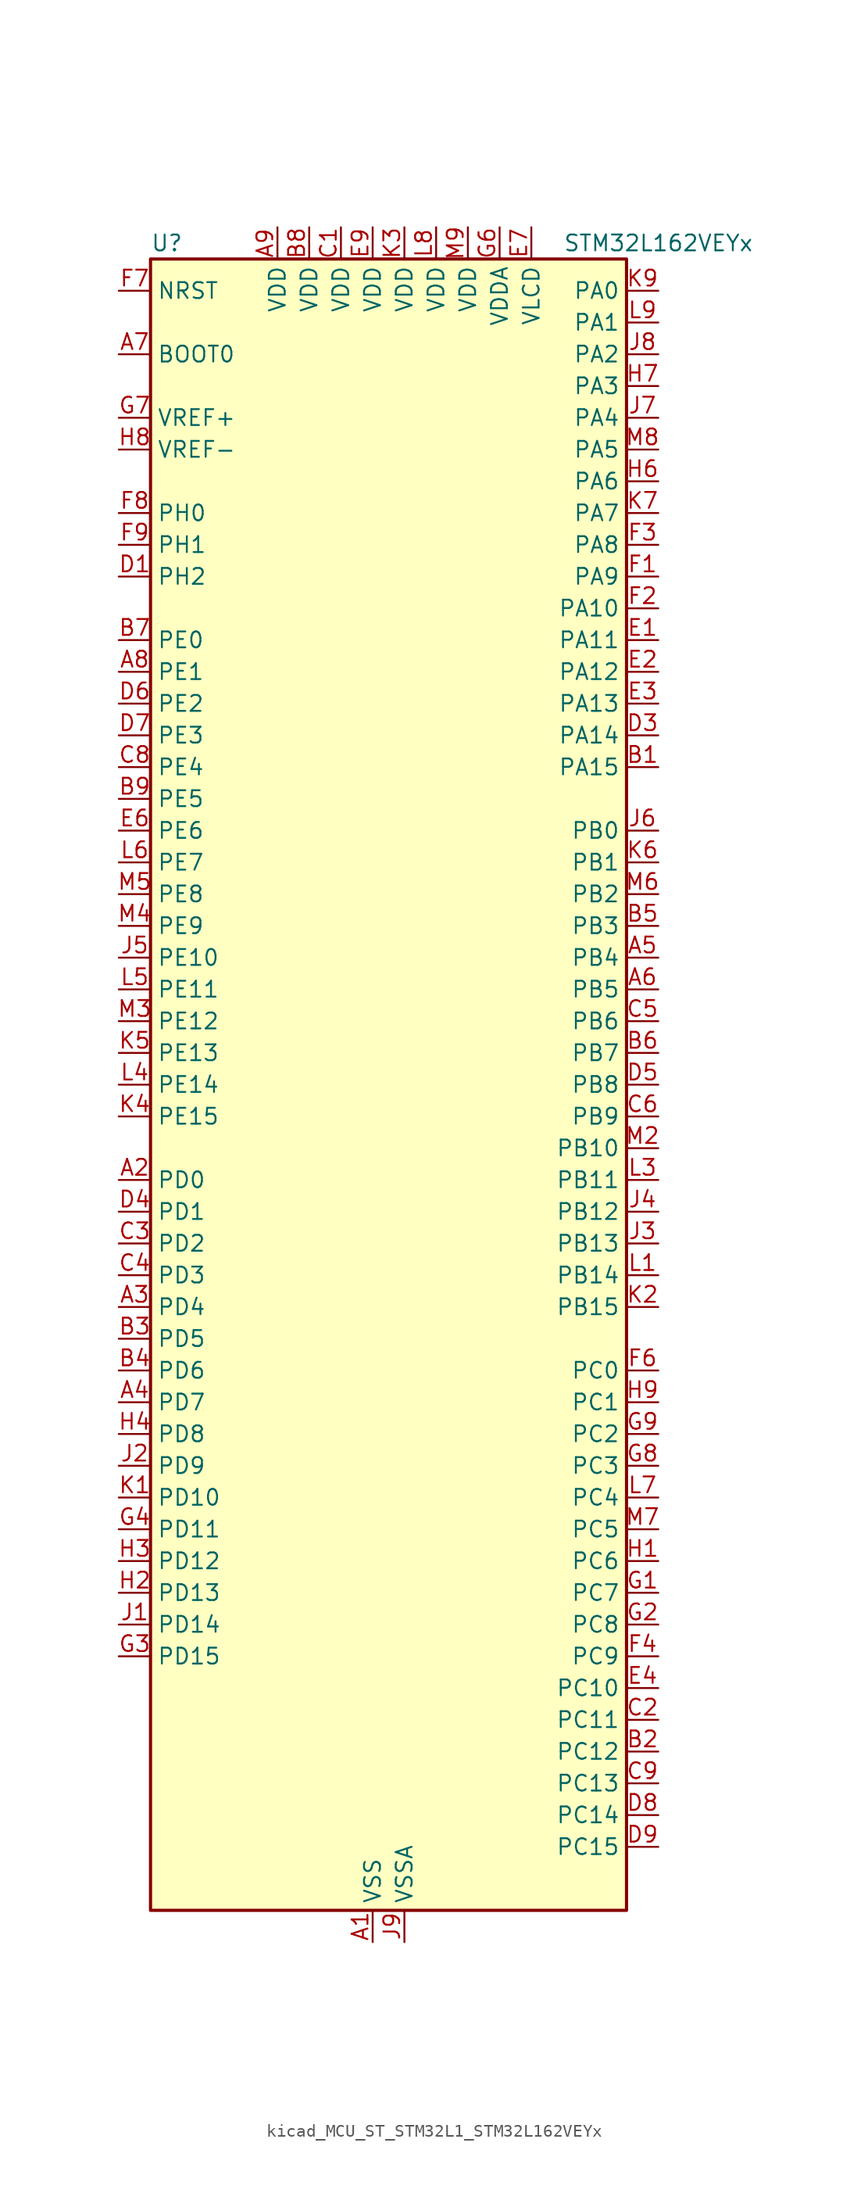
<source format=kicad_sym>
(kicad_symbol_lib
  (version 20220914)
  (generator kicad_symbol_editor)
  (symbol "kicad_MCU_ST_STM32L1_STM32L162VEYx"
    (property "Reference" "U"
      (at -17.78 67.31 0)
      (effects (font (size 1.27 1.27)) (justify left)))
    (property "Value" "STM32L162VEYx"
      (at 15.24 67.31 0)
      (effects (font (size 1.27 1.27)) (justify left)))
    (property "ki_locked" ""
      (at 0 0 0)
      (effects (font (size 1.27 1.27))))
    (symbol "kicad_MCU_ST_STM32L1_STM32L162VEYx_0_1"
      (rectangle (start -17.78 -66.04) (end 20.32 66.04) (stroke (width 0.254) (type default)) (fill (type background))))
    (symbol "kicad_MCU_ST_STM32L1_STM32L162VEYx_1_1"
      (pin power_in line (at 0 -68.58 90) (length 2.54) (name "VSS" (effects (font (size 1.27 1.27)))) (number "A1" (effects (font (size 1.27 1.27)))))
      (pin bidirectional line (at -20.32 -7.62 0) (length 2.54) (name "PD0" (effects (font (size 1.27 1.27)))) (number "A2" (effects (font (size 1.27 1.27)))) (alternate "I2S2_WS" bidirectional line) (alternate "SPI2_NSS" bidirectional line) (alternate "TIM9_CH1" bidirectional line) (alternate "TIMX_IC1" bidirectional line))
      (pin bidirectional line (at -20.32 -17.78 0) (length 2.54) (name "PD4" (effects (font (size 1.27 1.27)))) (number "A3" (effects (font (size 1.27 1.27)))) (alternate "I2S2_SD" bidirectional line) (alternate "SPI2_MOSI" bidirectional line) (alternate "TIMX_IC1" bidirectional line) (alternate "USART2_RTS" bidirectional line))
      (pin bidirectional line (at -20.32 -25.4 0) (length 2.54) (name "PD7" (effects (font (size 1.27 1.27)))) (number "A4" (effects (font (size 1.27 1.27)))) (alternate "TIM9_CH2" bidirectional line) (alternate "TIMX_IC4" bidirectional line) (alternate "USART2_CK" bidirectional line))
      (pin bidirectional line (at 22.86 10.16 180) (length 2.54) (name "PB4" (effects (font (size 1.27 1.27)))) (number "A5" (effects (font (size 1.27 1.27)))) (alternate "COMP2_INP" bidirectional line) (alternate "LCD_SEG8" bidirectional line) (alternate "SPI1_MISO" bidirectional line) (alternate "SPI3_MISO" bidirectional line) (alternate "SYS_JTRST" bidirectional line) (alternate "TIM3_CH1" bidirectional line) (alternate "TS_G6_IO1" bidirectional line))
      (pin bidirectional line (at 22.86 7.62 180) (length 2.54) (name "PB5" (effects (font (size 1.27 1.27)))) (number "A6" (effects (font (size 1.27 1.27)))) (alternate "COMP2_INP" bidirectional line) (alternate "I2C1_SMBA" bidirectional line) (alternate "I2S3_SD" bidirectional line) (alternate "LCD_SEG9" bidirectional line) (alternate "SPI1_MOSI" bidirectional line) (alternate "SPI3_MOSI" bidirectional line) (alternate "TIM3_CH2" bidirectional line) (alternate "TS_G6_IO2" bidirectional line))
      (pin input line (at -20.32 58.42 0) (length 2.54) (name "BOOT0" (effects (font (size 1.27 1.27)))) (number "A7" (effects (font (size 1.27 1.27)))))
      (pin bidirectional line (at -20.32 33.02 0) (length 2.54) (name "PE1" (effects (font (size 1.27 1.27)))) (number "A8" (effects (font (size 1.27 1.27)))) (alternate "LCD_SEG37" bidirectional line) (alternate "TIM11_CH1" bidirectional line) (alternate "TIMX_IC2" bidirectional line))
      (pin power_in line (at -7.62 68.58 270) (length 2.54) (name "VDD" (effects (font (size 1.27 1.27)))) (number "A9" (effects (font (size 1.27 1.27)))))
      (pin bidirectional line (at 22.86 25.4 180) (length 2.54) (name "PA15" (effects (font (size 1.27 1.27)))) (number "B1" (effects (font (size 1.27 1.27)))) (alternate "ADC_EXTI15" bidirectional line) (alternate "I2S3_WS" bidirectional line) (alternate "LCD_SEG17" bidirectional line) (alternate "SPI1_NSS" bidirectional line) (alternate "SPI3_NSS" bidirectional line) (alternate "SYS_JTDI" bidirectional line) (alternate "TIM2_CH1" bidirectional line) (alternate "TIM2_ETR" bidirectional line) (alternate "TIMX_IC4" bidirectional line) (alternate "TS_G5_IO3" bidirectional line))
      (pin bidirectional line (at 22.86 -53.34 180) (length 2.54) (name "PC12" (effects (font (size 1.27 1.27)))) (number "B2" (effects (font (size 1.27 1.27)))) (alternate "I2S3_SD" bidirectional line) (alternate "LCD_COM6" bidirectional line) (alternate "LCD_SEG30" bidirectional line) (alternate "LCD_SEG42" bidirectional line) (alternate "SPI3_MOSI" bidirectional line) (alternate "TIMX_IC1" bidirectional line) (alternate "UART5_TX" bidirectional line) (alternate "USART3_CK" bidirectional line))
      (pin bidirectional line (at -20.32 -20.32 0) (length 2.54) (name "PD5" (effects (font (size 1.27 1.27)))) (number "B3" (effects (font (size 1.27 1.27)))) (alternate "TIMX_IC2" bidirectional line) (alternate "USART2_TX" bidirectional line))
      (pin bidirectional line (at -20.32 -22.86 0) (length 2.54) (name "PD6" (effects (font (size 1.27 1.27)))) (number "B4" (effects (font (size 1.27 1.27)))) (alternate "TIMX_IC3" bidirectional line) (alternate "USART2_RX" bidirectional line))
      (pin bidirectional line (at 22.86 12.7 180) (length 2.54) (name "PB3" (effects (font (size 1.27 1.27)))) (number "B5" (effects (font (size 1.27 1.27)))) (alternate "COMP2_INM" bidirectional line) (alternate "I2S3_CK" bidirectional line) (alternate "LCD_SEG7" bidirectional line) (alternate "SPI1_SCK" bidirectional line) (alternate "SPI3_SCK" bidirectional line) (alternate "SYS_JTDO-TRACESWO" bidirectional line) (alternate "TIM2_CH2" bidirectional line))
      (pin bidirectional line (at 22.86 2.54 180) (length 2.54) (name "PB7" (effects (font (size 1.27 1.27)))) (number "B6" (effects (font (size 1.27 1.27)))) (alternate "COMP2_INP" bidirectional line) (alternate "I2C1_SDA" bidirectional line) (alternate "SYS_PVD_IN" bidirectional line) (alternate "TIM4_CH2" bidirectional line) (alternate "TS_G6_IO4" bidirectional line) (alternate "USART1_RX" bidirectional line))
      (pin bidirectional line (at -20.32 35.56 0) (length 2.54) (name "PE0" (effects (font (size 1.27 1.27)))) (number "B7" (effects (font (size 1.27 1.27)))) (alternate "LCD_SEG36" bidirectional line) (alternate "TIM10_CH1" bidirectional line) (alternate "TIM4_ETR" bidirectional line) (alternate "TIMX_IC1" bidirectional line))
      (pin power_in line (at -5.08 68.58 270) (length 2.54) (name "VDD" (effects (font (size 1.27 1.27)))) (number "B8" (effects (font (size 1.27 1.27)))))
      (pin bidirectional line (at -20.32 22.86 0) (length 2.54) (name "PE5" (effects (font (size 1.27 1.27)))) (number "B9" (effects (font (size 1.27 1.27)))) (alternate "SYS_TRACED2" bidirectional line) (alternate "TIM9_CH1" bidirectional line) (alternate "TIMX_IC2" bidirectional line))
      (pin power_in line (at -2.54 68.58 270) (length 2.54) (name "VDD" (effects (font (size 1.27 1.27)))) (number "C1" (effects (font (size 1.27 1.27)))))
      (pin bidirectional line (at 22.86 -50.8 180) (length 2.54) (name "PC11" (effects (font (size 1.27 1.27)))) (number "C2" (effects (font (size 1.27 1.27)))) (alternate "ADC_EXTI11" bidirectional line) (alternate "LCD_COM5" bidirectional line) (alternate "LCD_SEG29" bidirectional line) (alternate "LCD_SEG41" bidirectional line) (alternate "SPI3_MISO" bidirectional line) (alternate "TIMX_IC4" bidirectional line) (alternate "UART4_RX" bidirectional line) (alternate "USART3_RX" bidirectional line))
      (pin bidirectional line (at -20.32 -12.7 0) (length 2.54) (name "PD2" (effects (font (size 1.27 1.27)))) (number "C3" (effects (font (size 1.27 1.27)))) (alternate "LCD_COM7" bidirectional line) (alternate "LCD_SEG31" bidirectional line) (alternate "LCD_SEG43" bidirectional line) (alternate "TIM3_ETR" bidirectional line) (alternate "TIMX_IC3" bidirectional line) (alternate "UART5_RX" bidirectional line))
      (pin bidirectional line (at -20.32 -15.24 0) (length 2.54) (name "PD3" (effects (font (size 1.27 1.27)))) (number "C4" (effects (font (size 1.27 1.27)))) (alternate "SPI2_MISO" bidirectional line) (alternate "TIMX_IC4" bidirectional line) (alternate "USART2_CTS" bidirectional line))
      (pin bidirectional line (at 22.86 5.08 180) (length 2.54) (name "PB6" (effects (font (size 1.27 1.27)))) (number "C5" (effects (font (size 1.27 1.27)))) (alternate "COMP2_INP" bidirectional line) (alternate "I2C1_SCL" bidirectional line) (alternate "TIM4_CH1" bidirectional line) (alternate "TS_G6_IO3" bidirectional line) (alternate "USART1_TX" bidirectional line))
      (pin bidirectional line (at 22.86 -2.54 180) (length 2.54) (name "PB9" (effects (font (size 1.27 1.27)))) (number "C6" (effects (font (size 1.27 1.27)))) (alternate "DAC_EXTI9" bidirectional line) (alternate "I2C1_SDA" bidirectional line) (alternate "LCD_COM3" bidirectional line) (alternate "TIM11_CH1" bidirectional line) (alternate "TIM4_CH4" bidirectional line))
      (pin passive line (at 0 -68.58 90) (length 2.54) hide (name "VSS" (effects (font (size 1.27 1.27)))) (number "C7" (effects (font (size 1.27 1.27)))))
      (pin bidirectional line (at -20.32 25.4 0) (length 2.54) (name "PE4" (effects (font (size 1.27 1.27)))) (number "C8" (effects (font (size 1.27 1.27)))) (alternate "SYS_TRACED1" bidirectional line) (alternate "TIM3_CH2" bidirectional line) (alternate "TIMX_IC1" bidirectional line))
      (pin bidirectional line (at 22.86 -55.88 180) (length 2.54) (name "PC13" (effects (font (size 1.27 1.27)))) (number "C9" (effects (font (size 1.27 1.27)))) (alternate "RTC_OUT_ALARM" bidirectional line) (alternate "RTC_OUT_CALIB" bidirectional line) (alternate "RTC_TAMP1" bidirectional line) (alternate "RTC_TS" bidirectional line) (alternate "SYS_WKUP2" bidirectional line) (alternate "TIMX_IC2" bidirectional line))
      (pin bidirectional line (at -20.32 40.64 0) (length 2.54) (name "PH2" (effects (font (size 1.27 1.27)))) (number "D1" (effects (font (size 1.27 1.27)))))
      (pin passive line (at 0 -68.58 90) (length 2.54) hide (name "VSS" (effects (font (size 1.27 1.27)))) (number "D2" (effects (font (size 1.27 1.27)))))
      (pin bidirectional line (at 22.86 27.94 180) (length 2.54) (name "PA14" (effects (font (size 1.27 1.27)))) (number "D3" (effects (font (size 1.27 1.27)))) (alternate "SYS_JTCK-SWCLK" bidirectional line) (alternate "TIMX_IC3" bidirectional line) (alternate "TS_G5_IO2" bidirectional line))
      (pin bidirectional line (at -20.32 -10.16 0) (length 2.54) (name "PD1" (effects (font (size 1.27 1.27)))) (number "D4" (effects (font (size 1.27 1.27)))) (alternate "I2S2_CK" bidirectional line) (alternate "SPI2_SCK" bidirectional line) (alternate "TIMX_IC2" bidirectional line))
      (pin bidirectional line (at 22.86 0 180) (length 2.54) (name "PB8" (effects (font (size 1.27 1.27)))) (number "D5" (effects (font (size 1.27 1.27)))) (alternate "I2C1_SCL" bidirectional line) (alternate "LCD_SEG16" bidirectional line) (alternate "TIM10_CH1" bidirectional line) (alternate "TIM4_CH3" bidirectional line))
      (pin bidirectional line (at -20.32 30.48 0) (length 2.54) (name "PE2" (effects (font (size 1.27 1.27)))) (number "D6" (effects (font (size 1.27 1.27)))) (alternate "LCD_SEG38" bidirectional line) (alternate "SYS_TRACECK" bidirectional line) (alternate "TIM3_ETR" bidirectional line) (alternate "TIMX_IC3" bidirectional line))
      (pin bidirectional line (at -20.32 27.94 0) (length 2.54) (name "PE3" (effects (font (size 1.27 1.27)))) (number "D7" (effects (font (size 1.27 1.27)))) (alternate "LCD_SEG39" bidirectional line) (alternate "SYS_TRACED0" bidirectional line) (alternate "TIM3_CH1" bidirectional line) (alternate "TIMX_IC4" bidirectional line))
      (pin bidirectional line (at 22.86 -58.42 180) (length 2.54) (name "PC14" (effects (font (size 1.27 1.27)))) (number "D8" (effects (font (size 1.27 1.27)))) (alternate "RCC_OSC32_IN" bidirectional line) (alternate "TIMX_IC3" bidirectional line))
      (pin bidirectional line (at 22.86 -60.96 180) (length 2.54) (name "PC15" (effects (font (size 1.27 1.27)))) (number "D9" (effects (font (size 1.27 1.27)))) (alternate "ADC_EXTI15" bidirectional line) (alternate "RCC_OSC32_OUT" bidirectional line) (alternate "TIMX_IC4" bidirectional line))
      (pin bidirectional line (at 22.86 35.56 180) (length 2.54) (name "PA11" (effects (font (size 1.27 1.27)))) (number "E1" (effects (font (size 1.27 1.27)))) (alternate "ADC_EXTI11" bidirectional line) (alternate "SPI1_MISO" bidirectional line) (alternate "TIMX_IC4" bidirectional line) (alternate "USART1_CTS" bidirectional line) (alternate "USB_DM" bidirectional line))
      (pin bidirectional line (at 22.86 33.02 180) (length 2.54) (name "PA12" (effects (font (size 1.27 1.27)))) (number "E2" (effects (font (size 1.27 1.27)))) (alternate "SPI1_MOSI" bidirectional line) (alternate "TIMX_IC1" bidirectional line) (alternate "USART1_RTS" bidirectional line) (alternate "USB_DP" bidirectional line))
      (pin bidirectional line (at 22.86 30.48 180) (length 2.54) (name "PA13" (effects (font (size 1.27 1.27)))) (number "E3" (effects (font (size 1.27 1.27)))) (alternate "SYS_JTMS-SWDIO" bidirectional line) (alternate "TIMX_IC2" bidirectional line) (alternate "TS_G5_IO1" bidirectional line))
      (pin bidirectional line (at 22.86 -48.26 180) (length 2.54) (name "PC10" (effects (font (size 1.27 1.27)))) (number "E4" (effects (font (size 1.27 1.27)))) (alternate "I2S3_CK" bidirectional line) (alternate "LCD_COM4" bidirectional line) (alternate "LCD_SEG28" bidirectional line) (alternate "LCD_SEG40" bidirectional line) (alternate "SPI3_SCK" bidirectional line) (alternate "TIMX_IC3" bidirectional line) (alternate "UART4_TX" bidirectional line) (alternate "USART3_TX" bidirectional line))
      (pin bidirectional line (at -20.32 20.32 0) (length 2.54) (name "PE6" (effects (font (size 1.27 1.27)))) (number "E6" (effects (font (size 1.27 1.27)))) (alternate "RTC_TAMP3" bidirectional line) (alternate "SYS_TRACED3" bidirectional line) (alternate "SYS_WKUP3" bidirectional line) (alternate "TIM9_CH2" bidirectional line) (alternate "TIMX_IC3" bidirectional line))
      (pin power_in line (at 12.7 68.58 270) (length 2.54) (name "VLCD" (effects (font (size 1.27 1.27)))) (number "E7" (effects (font (size 1.27 1.27)))))
      (pin passive line (at 0 -68.58 90) (length 2.54) hide (name "VSS" (effects (font (size 1.27 1.27)))) (number "E8" (effects (font (size 1.27 1.27)))))
      (pin power_in line (at 0 68.58 270) (length 2.54) (name "VDD" (effects (font (size 1.27 1.27)))) (number "E9" (effects (font (size 1.27 1.27)))))
      (pin bidirectional line (at 22.86 40.64 180) (length 2.54) (name "PA9" (effects (font (size 1.27 1.27)))) (number "F1" (effects (font (size 1.27 1.27)))) (alternate "DAC_EXTI9" bidirectional line) (alternate "LCD_COM1" bidirectional line) (alternate "TIMX_IC2" bidirectional line) (alternate "TS_G4_IO2" bidirectional line) (alternate "USART1_TX" bidirectional line))
      (pin bidirectional line (at 22.86 38.1 180) (length 2.54) (name "PA10" (effects (font (size 1.27 1.27)))) (number "F2" (effects (font (size 1.27 1.27)))) (alternate "LCD_COM2" bidirectional line) (alternate "TIMX_IC3" bidirectional line) (alternate "TS_G4_IO3" bidirectional line) (alternate "USART1_RX" bidirectional line))
      (pin bidirectional line (at 22.86 43.18 180) (length 2.54) (name "PA8" (effects (font (size 1.27 1.27)))) (number "F3" (effects (font (size 1.27 1.27)))) (alternate "LCD_COM0" bidirectional line) (alternate "RCC_MCO" bidirectional line) (alternate "TIMX_IC1" bidirectional line) (alternate "TS_G4_IO1" bidirectional line) (alternate "USART1_CK" bidirectional line))
      (pin bidirectional line (at 22.86 -45.72 180) (length 2.54) (name "PC9" (effects (font (size 1.27 1.27)))) (number "F4" (effects (font (size 1.27 1.27)))) (alternate "DAC_EXTI9" bidirectional line) (alternate "LCD_SEG27" bidirectional line) (alternate "TIM3_CH4" bidirectional line) (alternate "TIMX_IC2" bidirectional line) (alternate "TS_G10_IO4" bidirectional line))
      (pin bidirectional line (at 22.86 -22.86 180) (length 2.54) (name "PC0" (effects (font (size 1.27 1.27)))) (number "F6" (effects (font (size 1.27 1.27)))) (alternate "ADC_IN10" bidirectional line) (alternate "COMP1_INP" bidirectional line) (alternate "LCD_SEG18" bidirectional line) (alternate "TIMX_IC1" bidirectional line) (alternate "TS_G8_IO1" bidirectional line))
      (pin input line (at -20.32 63.5 0) (length 2.54) (name "NRST" (effects (font (size 1.27 1.27)))) (number "F7" (effects (font (size 1.27 1.27)))))
      (pin bidirectional line (at -20.32 45.72 0) (length 2.54) (name "PH0" (effects (font (size 1.27 1.27)))) (number "F8" (effects (font (size 1.27 1.27)))) (alternate "RCC_OSC_IN" bidirectional line))
      (pin bidirectional line (at -20.32 43.18 0) (length 2.54) (name "PH1" (effects (font (size 1.27 1.27)))) (number "F9" (effects (font (size 1.27 1.27)))) (alternate "RCC_OSC_OUT" bidirectional line))
      (pin bidirectional line (at 22.86 -40.64 180) (length 2.54) (name "PC7" (effects (font (size 1.27 1.27)))) (number "G1" (effects (font (size 1.27 1.27)))) (alternate "I2S3_MCK" bidirectional line) (alternate "LCD_SEG25" bidirectional line) (alternate "TIM3_CH2" bidirectional line) (alternate "TIMX_IC4" bidirectional line) (alternate "TS_G10_IO2" bidirectional line))
      (pin bidirectional line (at 22.86 -43.18 180) (length 2.54) (name "PC8" (effects (font (size 1.27 1.27)))) (number "G2" (effects (font (size 1.27 1.27)))) (alternate "LCD_SEG26" bidirectional line) (alternate "TIM3_CH3" bidirectional line) (alternate "TIMX_IC1" bidirectional line) (alternate "TS_G10_IO3" bidirectional line))
      (pin bidirectional line (at -20.32 -45.72 0) (length 2.54) (name "PD15" (effects (font (size 1.27 1.27)))) (number "G3" (effects (font (size 1.27 1.27)))) (alternate "ADC_EXTI15" bidirectional line) (alternate "LCD_SEG35" bidirectional line) (alternate "TIM4_CH4" bidirectional line) (alternate "TIMX_IC4" bidirectional line))
      (pin bidirectional line (at -20.32 -35.56 0) (length 2.54) (name "PD11" (effects (font (size 1.27 1.27)))) (number "G4" (effects (font (size 1.27 1.27)))) (alternate "ADC_EXTI11" bidirectional line) (alternate "LCD_SEG31" bidirectional line) (alternate "TIMX_IC4" bidirectional line) (alternate "USART3_CTS" bidirectional line))
      (pin power_in line (at 10.16 68.58 270) (length 2.54) (name "VDDA" (effects (font (size 1.27 1.27)))) (number "G6" (effects (font (size 1.27 1.27)))))
      (pin input line (at -20.32 53.34 0) (length 2.54) (name "VREF+" (effects (font (size 1.27 1.27)))) (number "G7" (effects (font (size 1.27 1.27)))))
      (pin bidirectional line (at 22.86 -30.48 180) (length 2.54) (name "PC3" (effects (font (size 1.27 1.27)))) (number "G8" (effects (font (size 1.27 1.27)))) (alternate "ADC_IN13" bidirectional line) (alternate "COMP1_INP" bidirectional line) (alternate "LCD_SEG21" bidirectional line) (alternate "TIMX_IC4" bidirectional line) (alternate "TS_G8_IO4" bidirectional line))
      (pin bidirectional line (at 22.86 -27.94 180) (length 2.54) (name "PC2" (effects (font (size 1.27 1.27)))) (number "G9" (effects (font (size 1.27 1.27)))) (alternate "ADC_IN12" bidirectional line) (alternate "COMP1_INP" bidirectional line) (alternate "LCD_SEG20" bidirectional line) (alternate "TIMX_IC3" bidirectional line) (alternate "TS_G8_IO3" bidirectional line))
      (pin bidirectional line (at 22.86 -38.1 180) (length 2.54) (name "PC6" (effects (font (size 1.27 1.27)))) (number "H1" (effects (font (size 1.27 1.27)))) (alternate "I2S2_MCK" bidirectional line) (alternate "LCD_SEG24" bidirectional line) (alternate "TIM3_CH1" bidirectional line) (alternate "TIMX_IC3" bidirectional line) (alternate "TS_G10_IO1" bidirectional line))
      (pin bidirectional line (at -20.32 -40.64 0) (length 2.54) (name "PD13" (effects (font (size 1.27 1.27)))) (number "H2" (effects (font (size 1.27 1.27)))) (alternate "LCD_SEG33" bidirectional line) (alternate "TIM4_CH2" bidirectional line) (alternate "TIMX_IC2" bidirectional line))
      (pin bidirectional line (at -20.32 -38.1 0) (length 2.54) (name "PD12" (effects (font (size 1.27 1.27)))) (number "H3" (effects (font (size 1.27 1.27)))) (alternate "LCD_SEG32" bidirectional line) (alternate "TIM4_CH1" bidirectional line) (alternate "TIMX_IC1" bidirectional line) (alternate "USART3_RTS" bidirectional line))
      (pin bidirectional line (at -20.32 -27.94 0) (length 2.54) (name "PD8" (effects (font (size 1.27 1.27)))) (number "H4" (effects (font (size 1.27 1.27)))) (alternate "LCD_SEG28" bidirectional line) (alternate "TIMX_IC1" bidirectional line) (alternate "USART3_TX" bidirectional line))
      (pin bidirectional line (at 22.86 48.26 180) (length 2.54) (name "PA6" (effects (font (size 1.27 1.27)))) (number "H6" (effects (font (size 1.27 1.27)))) (alternate "ADC_IN6" bidirectional line) (alternate "COMP1_INP" bidirectional line) (alternate "LCD_SEG3" bidirectional line) (alternate "OPAMP2_VINP" bidirectional line) (alternate "SPI1_MISO" bidirectional line) (alternate "TIM10_CH1" bidirectional line) (alternate "TIM3_CH1" bidirectional line) (alternate "TIMX_IC3" bidirectional line) (alternate "TS_G2_IO1" bidirectional line))
      (pin bidirectional line (at 22.86 55.88 180) (length 2.54) (name "PA3" (effects (font (size 1.27 1.27)))) (number "H7" (effects (font (size 1.27 1.27)))) (alternate "ADC_IN3" bidirectional line) (alternate "COMP1_INP" bidirectional line) (alternate "LCD_SEG2" bidirectional line) (alternate "OPAMP1_VOUT" bidirectional line) (alternate "TIM2_CH4" bidirectional line) (alternate "TIM5_CH4" bidirectional line) (alternate "TIM9_CH2" bidirectional line) (alternate "TIMX_IC4" bidirectional line) (alternate "TS_G1_IO4" bidirectional line) (alternate "USART2_RX" bidirectional line))
      (pin input line (at -20.32 50.8 0) (length 2.54) (name "VREF-" (effects (font (size 1.27 1.27)))) (number "H8" (effects (font (size 1.27 1.27)))))
      (pin bidirectional line (at 22.86 -25.4 180) (length 2.54) (name "PC1" (effects (font (size 1.27 1.27)))) (number "H9" (effects (font (size 1.27 1.27)))) (alternate "ADC_IN11" bidirectional line) (alternate "COMP1_INP" bidirectional line) (alternate "LCD_SEG19" bidirectional line) (alternate "TIMX_IC2" bidirectional line) (alternate "TS_G8_IO2" bidirectional line))
      (pin bidirectional line (at -20.32 -43.18 0) (length 2.54) (name "PD14" (effects (font (size 1.27 1.27)))) (number "J1" (effects (font (size 1.27 1.27)))) (alternate "LCD_SEG34" bidirectional line) (alternate "TIM4_CH3" bidirectional line) (alternate "TIMX_IC3" bidirectional line))
      (pin bidirectional line (at -20.32 -30.48 0) (length 2.54) (name "PD9" (effects (font (size 1.27 1.27)))) (number "J2" (effects (font (size 1.27 1.27)))) (alternate "DAC_EXTI9" bidirectional line) (alternate "LCD_SEG29" bidirectional line) (alternate "TIMX_IC2" bidirectional line) (alternate "USART3_RX" bidirectional line))
      (pin bidirectional line (at 22.86 -12.7 180) (length 2.54) (name "PB13" (effects (font (size 1.27 1.27)))) (number "J3" (effects (font (size 1.27 1.27)))) (alternate "ADC_IN19" bidirectional line) (alternate "COMP1_INP" bidirectional line) (alternate "I2S2_CK" bidirectional line) (alternate "LCD_SEG13" bidirectional line) (alternate "SPI2_SCK" bidirectional line) (alternate "TIM9_CH1" bidirectional line) (alternate "TS_G7_IO2" bidirectional line) (alternate "USART3_CTS" bidirectional line))
      (pin bidirectional line (at 22.86 -10.16 180) (length 2.54) (name "PB12" (effects (font (size 1.27 1.27)))) (number "J4" (effects (font (size 1.27 1.27)))) (alternate "ADC_IN18" bidirectional line) (alternate "COMP1_INP" bidirectional line) (alternate "I2C2_SMBA" bidirectional line) (alternate "I2S2_WS" bidirectional line) (alternate "LCD_SEG12" bidirectional line) (alternate "SPI2_NSS" bidirectional line) (alternate "TIM10_CH1" bidirectional line) (alternate "TS_G7_IO1" bidirectional line) (alternate "USART3_CK" bidirectional line))
      (pin bidirectional line (at -20.32 10.16 0) (length 2.54) (name "PE10" (effects (font (size 1.27 1.27)))) (number "J5" (effects (font (size 1.27 1.27)))) (alternate "ADC_IN25" bidirectional line) (alternate "COMP1_INP" bidirectional line) (alternate "TIM2_CH2" bidirectional line) (alternate "TIMX_IC3" bidirectional line))
      (pin bidirectional line (at 22.86 20.32 180) (length 2.54) (name "PB0" (effects (font (size 1.27 1.27)))) (number "J6" (effects (font (size 1.27 1.27)))) (alternate "ADC_IN8" bidirectional line) (alternate "COMP1_INP" bidirectional line) (alternate "LCD_SEG5" bidirectional line) (alternate "OPAMP2_VOUT" bidirectional line) (alternate "SYS_V_REF_OUT" bidirectional line) (alternate "TIM3_CH3" bidirectional line) (alternate "TS_G3_IO1" bidirectional line))
      (pin bidirectional line (at 22.86 53.34 180) (length 2.54) (name "PA4" (effects (font (size 1.27 1.27)))) (number "J7" (effects (font (size 1.27 1.27)))) (alternate "ADC_IN4" bidirectional line) (alternate "COMP1_INP" bidirectional line) (alternate "DAC_OUT1" bidirectional line) (alternate "I2S3_WS" bidirectional line) (alternate "SPI1_NSS" bidirectional line) (alternate "SPI3_NSS" bidirectional line) (alternate "TIMX_IC1" bidirectional line) (alternate "USART2_CK" bidirectional line))
      (pin bidirectional line (at 22.86 58.42 180) (length 2.54) (name "PA2" (effects (font (size 1.27 1.27)))) (number "J8" (effects (font (size 1.27 1.27)))) (alternate "ADC_IN2" bidirectional line) (alternate "COMP1_INP" bidirectional line) (alternate "LCD_SEG1" bidirectional line) (alternate "OPAMP1_VINM" bidirectional line) (alternate "TIM2_CH3" bidirectional line) (alternate "TIM5_CH3" bidirectional line) (alternate "TIM9_CH1" bidirectional line) (alternate "TIMX_IC3" bidirectional line) (alternate "TS_G1_IO3" bidirectional line) (alternate "USART2_TX" bidirectional line))
      (pin power_in line (at 2.54 -68.58 90) (length 2.54) (name "VSSA" (effects (font (size 1.27 1.27)))) (number "J9" (effects (font (size 1.27 1.27)))))
      (pin bidirectional line (at -20.32 -33.02 0) (length 2.54) (name "PD10" (effects (font (size 1.27 1.27)))) (number "K1" (effects (font (size 1.27 1.27)))) (alternate "LCD_SEG30" bidirectional line) (alternate "TIMX_IC3" bidirectional line) (alternate "USART3_CK" bidirectional line))
      (pin bidirectional line (at 22.86 -17.78 180) (length 2.54) (name "PB15" (effects (font (size 1.27 1.27)))) (number "K2" (effects (font (size 1.27 1.27)))) (alternate "ADC_EXTI15" bidirectional line) (alternate "ADC_IN21" bidirectional line) (alternate "COMP1_INP" bidirectional line) (alternate "I2S2_SD" bidirectional line) (alternate "LCD_SEG15" bidirectional line) (alternate "RTC_REFIN" bidirectional line) (alternate "SPI2_MOSI" bidirectional line) (alternate "TIM11_CH1" bidirectional line) (alternate "TS_G7_IO4" bidirectional line))
      (pin power_in line (at 2.54 68.58 270) (length 2.54) (name "VDD" (effects (font (size 1.27 1.27)))) (number "K3" (effects (font (size 1.27 1.27)))))
      (pin bidirectional line (at -20.32 -2.54 0) (length 2.54) (name "PE15" (effects (font (size 1.27 1.27)))) (number "K4" (effects (font (size 1.27 1.27)))) (alternate "ADC_EXTI15" bidirectional line) (alternate "SPI1_MOSI" bidirectional line) (alternate "TIMX_IC4" bidirectional line))
      (pin bidirectional line (at -20.32 2.54 0) (length 2.54) (name "PE13" (effects (font (size 1.27 1.27)))) (number "K5" (effects (font (size 1.27 1.27)))) (alternate "SPI1_SCK" bidirectional line) (alternate "TIMX_IC2" bidirectional line))
      (pin bidirectional line (at 22.86 17.78 180) (length 2.54) (name "PB1" (effects (font (size 1.27 1.27)))) (number "K6" (effects (font (size 1.27 1.27)))) (alternate "ADC_IN9" bidirectional line) (alternate "COMP1_INP" bidirectional line) (alternate "LCD_SEG6" bidirectional line) (alternate "SYS_V_REF_OUT" bidirectional line) (alternate "TIM3_CH4" bidirectional line) (alternate "TS_G3_IO2" bidirectional line))
      (pin bidirectional line (at 22.86 45.72 180) (length 2.54) (name "PA7" (effects (font (size 1.27 1.27)))) (number "K7" (effects (font (size 1.27 1.27)))) (alternate "ADC_IN7" bidirectional line) (alternate "COMP1_INP" bidirectional line) (alternate "LCD_SEG4" bidirectional line) (alternate "OPAMP2_VINM" bidirectional line) (alternate "SPI1_MOSI" bidirectional line) (alternate "TIM11_CH1" bidirectional line) (alternate "TIM3_CH2" bidirectional line) (alternate "TIMX_IC4" bidirectional line) (alternate "TS_G2_IO2" bidirectional line))
      (pin passive line (at 0 -68.58 90) (length 2.54) hide (name "VSS" (effects (font (size 1.27 1.27)))) (number "K8" (effects (font (size 1.27 1.27)))))
      (pin bidirectional line (at 22.86 63.5 180) (length 2.54) (name "PA0" (effects (font (size 1.27 1.27)))) (number "K9" (effects (font (size 1.27 1.27)))) (alternate "ADC_IN0" bidirectional line) (alternate "COMP1_INP" bidirectional line) (alternate "RTC_TAMP2" bidirectional line) (alternate "SYS_WKUP1" bidirectional line) (alternate "TIM2_CH1" bidirectional line) (alternate "TIM2_ETR" bidirectional line) (alternate "TIM5_CH1" bidirectional line) (alternate "TIMX_IC1" bidirectional line) (alternate "TS_G1_IO1" bidirectional line) (alternate "USART2_CTS" bidirectional line))
      (pin bidirectional line (at 22.86 -15.24 180) (length 2.54) (name "PB14" (effects (font (size 1.27 1.27)))) (number "L1" (effects (font (size 1.27 1.27)))) (alternate "ADC_IN20" bidirectional line) (alternate "COMP1_INP" bidirectional line) (alternate "LCD_SEG14" bidirectional line) (alternate "SPI2_MISO" bidirectional line) (alternate "TIM9_CH2" bidirectional line) (alternate "TS_G7_IO3" bidirectional line) (alternate "USART3_RTS" bidirectional line))
      (pin passive line (at 0 -68.58 90) (length 2.54) hide (name "VSS" (effects (font (size 1.27 1.27)))) (number "L2" (effects (font (size 1.27 1.27)))))
      (pin bidirectional line (at 22.86 -7.62 180) (length 2.54) (name "PB11" (effects (font (size 1.27 1.27)))) (number "L3" (effects (font (size 1.27 1.27)))) (alternate "ADC_EXTI11" bidirectional line) (alternate "I2C2_SDA" bidirectional line) (alternate "LCD_SEG11" bidirectional line) (alternate "TIM2_CH4" bidirectional line) (alternate "USART3_RX" bidirectional line))
      (pin bidirectional line (at -20.32 0 0) (length 2.54) (name "PE14" (effects (font (size 1.27 1.27)))) (number "L4" (effects (font (size 1.27 1.27)))) (alternate "SPI1_MISO" bidirectional line) (alternate "TIMX_IC3" bidirectional line))
      (pin bidirectional line (at -20.32 7.62 0) (length 2.54) (name "PE11" (effects (font (size 1.27 1.27)))) (number "L5" (effects (font (size 1.27 1.27)))) (alternate "ADC_EXTI11" bidirectional line) (alternate "TIM2_CH3" bidirectional line) (alternate "TIMX_IC4" bidirectional line))
      (pin bidirectional line (at -20.32 17.78 0) (length 2.54) (name "PE7" (effects (font (size 1.27 1.27)))) (number "L6" (effects (font (size 1.27 1.27)))) (alternate "ADC_IN22" bidirectional line) (alternate "COMP1_INP" bidirectional line) (alternate "TIMX_IC4" bidirectional line))
      (pin bidirectional line (at 22.86 -33.02 180) (length 2.54) (name "PC4" (effects (font (size 1.27 1.27)))) (number "L7" (effects (font (size 1.27 1.27)))) (alternate "ADC_IN14" bidirectional line) (alternate "COMP1_INP" bidirectional line) (alternate "LCD_SEG22" bidirectional line) (alternate "TIMX_IC1" bidirectional line) (alternate "TS_G9_IO1" bidirectional line))
      (pin power_in line (at 5.08 68.58 270) (length 2.54) (name "VDD" (effects (font (size 1.27 1.27)))) (number "L8" (effects (font (size 1.27 1.27)))))
      (pin bidirectional line (at 22.86 60.96 180) (length 2.54) (name "PA1" (effects (font (size 1.27 1.27)))) (number "L9" (effects (font (size 1.27 1.27)))) (alternate "ADC_IN1" bidirectional line) (alternate "COMP1_INP" bidirectional line) (alternate "LCD_SEG0" bidirectional line) (alternate "OPAMP1_VINP" bidirectional line) (alternate "TIM2_CH2" bidirectional line) (alternate "TIM5_CH2" bidirectional line) (alternate "TIMX_IC2" bidirectional line) (alternate "TS_G1_IO2" bidirectional line) (alternate "USART2_RTS" bidirectional line))
      (pin passive line (at 0 -68.58 90) (length 2.54) hide (name "VSS" (effects (font (size 1.27 1.27)))) (number "M1" (effects (font (size 1.27 1.27)))))
      (pin bidirectional line (at 22.86 -5.08 180) (length 2.54) (name "PB10" (effects (font (size 1.27 1.27)))) (number "M2" (effects (font (size 1.27 1.27)))) (alternate "I2C2_SCL" bidirectional line) (alternate "LCD_SEG10" bidirectional line) (alternate "TIM2_CH3" bidirectional line) (alternate "USART3_TX" bidirectional line))
      (pin bidirectional line (at -20.32 5.08 0) (length 2.54) (name "PE12" (effects (font (size 1.27 1.27)))) (number "M3" (effects (font (size 1.27 1.27)))) (alternate "SPI1_NSS" bidirectional line) (alternate "TIM2_CH4" bidirectional line) (alternate "TIMX_IC1" bidirectional line))
      (pin bidirectional line (at -20.32 12.7 0) (length 2.54) (name "PE9" (effects (font (size 1.27 1.27)))) (number "M4" (effects (font (size 1.27 1.27)))) (alternate "ADC_IN24" bidirectional line) (alternate "COMP1_INP" bidirectional line) (alternate "DAC_EXTI9" bidirectional line) (alternate "TIM2_CH1" bidirectional line) (alternate "TIM2_ETR" bidirectional line) (alternate "TIMX_IC2" bidirectional line))
      (pin bidirectional line (at -20.32 15.24 0) (length 2.54) (name "PE8" (effects (font (size 1.27 1.27)))) (number "M5" (effects (font (size 1.27 1.27)))) (alternate "ADC_IN23" bidirectional line) (alternate "COMP1_INP" bidirectional line) (alternate "TIMX_IC1" bidirectional line))
      (pin bidirectional line (at 22.86 15.24 180) (length 2.54) (name "PB2" (effects (font (size 1.27 1.27)))) (number "M6" (effects (font (size 1.27 1.27)))) (alternate "ADC_IN0b" bidirectional line) (alternate "TS_G3_IO3" bidirectional line))
      (pin bidirectional line (at 22.86 -35.56 180) (length 2.54) (name "PC5" (effects (font (size 1.27 1.27)))) (number "M7" (effects (font (size 1.27 1.27)))) (alternate "ADC_IN15" bidirectional line) (alternate "COMP1_INP" bidirectional line) (alternate "LCD_SEG23" bidirectional line) (alternate "TIMX_IC2" bidirectional line) (alternate "TS_G9_IO2" bidirectional line))
      (pin bidirectional line (at 22.86 50.8 180) (length 2.54) (name "PA5" (effects (font (size 1.27 1.27)))) (number "M8" (effects (font (size 1.27 1.27)))) (alternate "ADC_IN5" bidirectional line) (alternate "COMP1_INP" bidirectional line) (alternate "DAC_OUT2" bidirectional line) (alternate "SPI1_SCK" bidirectional line) (alternate "TIM2_CH1" bidirectional line) (alternate "TIM2_ETR" bidirectional line) (alternate "TIMX_IC2" bidirectional line))
      (pin power_in line (at 7.62 68.58 270) (length 2.54) (name "VDD" (effects (font (size 1.27 1.27)))) (number "M9" (effects (font (size 1.27 1.27))))))))
</source>
